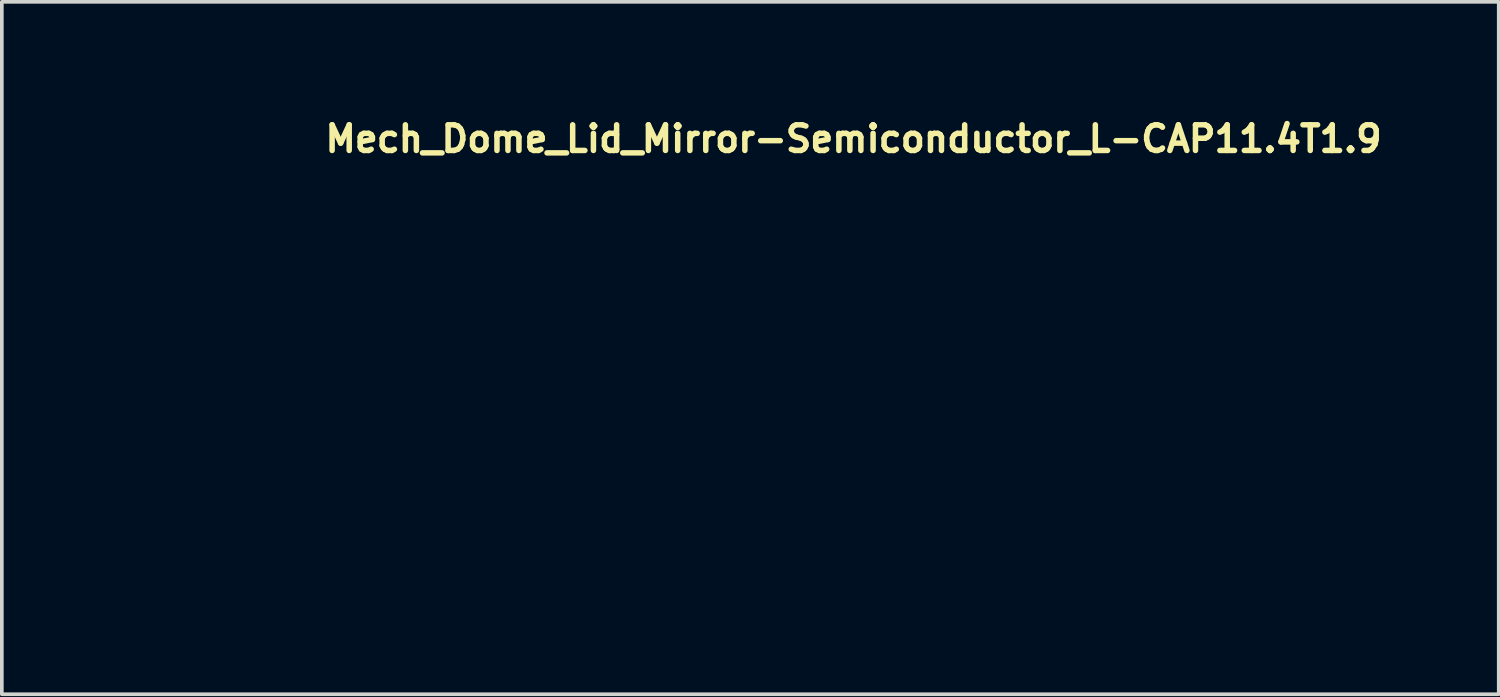
<source format=kicad_pcb>
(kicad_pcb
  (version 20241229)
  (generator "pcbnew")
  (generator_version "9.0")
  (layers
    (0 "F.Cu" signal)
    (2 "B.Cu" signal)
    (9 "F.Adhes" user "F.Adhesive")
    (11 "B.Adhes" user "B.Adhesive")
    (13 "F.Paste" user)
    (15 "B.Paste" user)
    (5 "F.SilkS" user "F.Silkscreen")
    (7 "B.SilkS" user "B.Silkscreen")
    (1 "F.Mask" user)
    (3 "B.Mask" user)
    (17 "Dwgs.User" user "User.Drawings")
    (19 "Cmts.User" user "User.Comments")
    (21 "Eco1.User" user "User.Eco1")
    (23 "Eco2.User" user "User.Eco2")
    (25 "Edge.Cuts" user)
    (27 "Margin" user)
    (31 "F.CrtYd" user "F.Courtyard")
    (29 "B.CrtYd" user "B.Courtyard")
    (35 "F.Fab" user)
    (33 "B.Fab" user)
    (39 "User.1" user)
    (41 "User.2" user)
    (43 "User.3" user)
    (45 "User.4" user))
  (footprint "Mech_Dome_Lid_Mirror-Semiconductor_L-CAP11.4T1.9"
    (layer "F.Cu")
    (at 5.75 7.15)
    (property "Reference" "Mech_Dome_Lid_Mirror-Semiconductor_L-CAP11.4T1.9" (at 0 -6 0) (unlocked yes) (layer "F.SilkS") (effects (font (size 0.7 0.7) (thickness 0.15)) (justify left bottom)))
    (fp_rect (start -5.7 -5.7) (end 5.7 5.7) (stroke (width 0.1) (type solid)) (fill no) (layer "User.5"))
    (fp_line (start -5.7 -5.7) (end -5.7 5.7) (stroke (width 0.02) (type solid)) (layer "User.9"))
    (fp_line (start -5.7 5.7) (end 5.7 5.7) (stroke (width 0.02) (type solid)) (layer "User.9"))
    (fp_line (start 5.7 -5.7) (end -5.7 -5.7) (stroke (width 0.02) (type solid)) (layer "User.9"))
    (fp_line (start 5.7 5.7) (end 5.7 -5.7) (stroke (width 0.02) (type solid)) (layer "User.9"))
    (zone (net_name "") (layer "F.Cu") (hatch edge 0.5) (connect_pads) (min_thickness 0.25) (filled_areas_thickness no) (keepout (tracks allowed) (vias allowed) (pads allowed) (copperpour allowed) (footprints not_allowed)) (placement (enabled no)) (fill) (polygon (pts (xy 0.05 12.85) (xy 0.05 1.45) (xy 0.55 1.45) (xy 0.55 12.85))))
    (zone (net_name "") (layer "F.Cu") (hatch edge 0.5) (connect_pads) (min_thickness 0.25) (filled_areas_thickness no) (keepout (tracks allowed) (vias allowed) (pads allowed) (copperpour allowed) (footprints not_allowed)) (placement (enabled no)) (fill) (polygon (pts (xy 10.95 1.95) (xy 0.55 1.95) (xy 0.55 1.45) (xy 10.95 1.45))))
    (zone (net_name "") (layer "F.Cu") (hatch edge 0.5) (connect_pads) (min_thickness 0.25) (filled_areas_thickness no) (keepout (tracks allowed) (vias allowed) (pads allowed) (copperpour allowed) (footprints not_allowed)) (placement (enabled no)) (fill) (polygon (pts (xy 10.95 12.85) (xy 0.55 12.85) (xy 0.55 12.35) (xy 10.95 12.35))))
    (zone (net_name "") (layer "F.Cu") (hatch edge 0.5) (connect_pads) (min_thickness 0.25) (filled_areas_thickness no) (keepout (tracks allowed) (vias allowed) (pads allowed) (copperpour allowed) (footprints not_allowed)) (placement (enabled no)) (fill) (polygon (pts (xy 11.45 1.45) (xy 11.45 12.85) (xy 10.95 12.85) (xy 10.95 1.45)))))
  (gr_rect
    (start -3 -3)
    (end 37.86 15.9)
    (stroke (width 0.1) (type default))
    (fill no)
    (layer "Edge.Cuts")))
</source>
